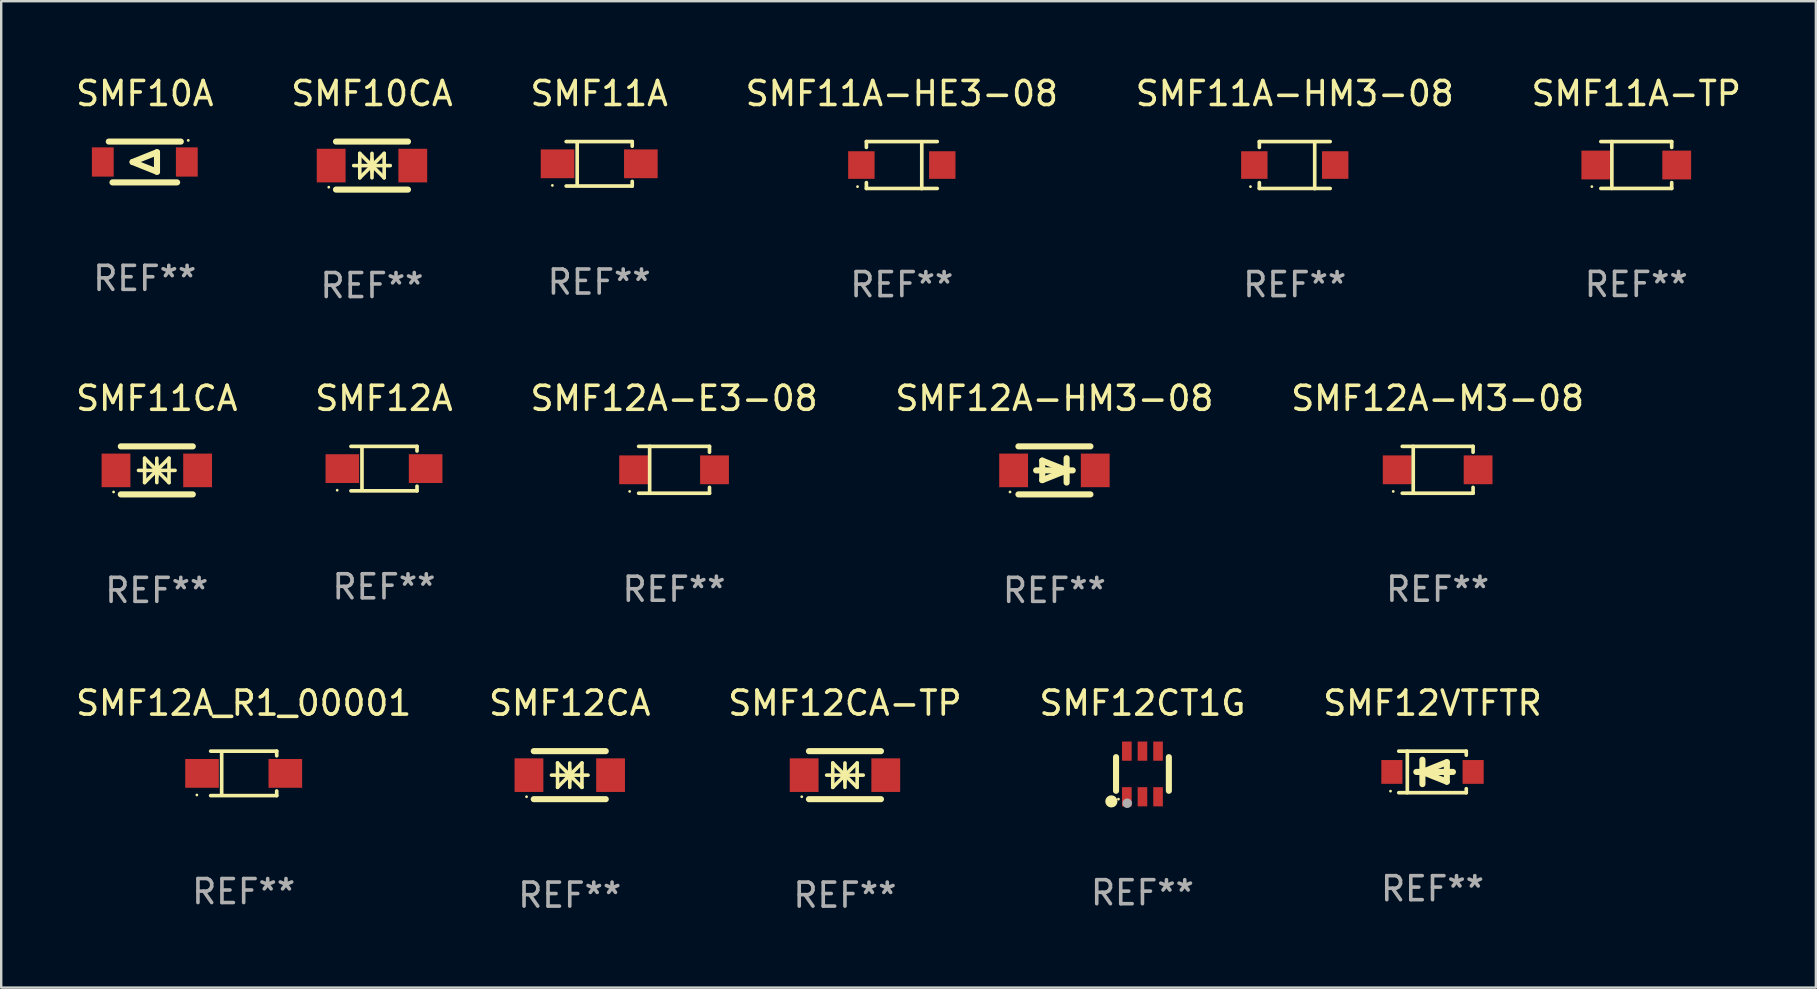
<source format=kicad_pcb>
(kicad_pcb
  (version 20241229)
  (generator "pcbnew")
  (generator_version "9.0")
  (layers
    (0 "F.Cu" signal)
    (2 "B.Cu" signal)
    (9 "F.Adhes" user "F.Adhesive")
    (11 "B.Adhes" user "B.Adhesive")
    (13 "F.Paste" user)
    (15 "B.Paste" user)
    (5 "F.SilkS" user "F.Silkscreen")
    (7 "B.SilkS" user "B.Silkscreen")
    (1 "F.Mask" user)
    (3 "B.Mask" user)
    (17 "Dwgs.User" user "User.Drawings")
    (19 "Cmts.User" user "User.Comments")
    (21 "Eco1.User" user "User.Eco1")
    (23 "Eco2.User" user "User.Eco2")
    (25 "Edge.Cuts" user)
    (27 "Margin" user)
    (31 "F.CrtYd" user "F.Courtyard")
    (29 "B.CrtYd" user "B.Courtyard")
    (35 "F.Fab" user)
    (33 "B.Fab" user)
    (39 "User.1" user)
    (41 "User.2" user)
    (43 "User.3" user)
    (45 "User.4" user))
  (footprint "SMF12VTFTR"
    (layer "F.Cu")
    (at 56.625 29.107)
    (property "Reference" "SMF12VTFTR" (at 0 -2.866 0) (layer "F.SilkS") (effects (font (size 1 1) (thickness 0.15))))
    (attr through_hole)
    (fp_line (start -1.406 -0.866) (end 1.406 -0.866) (stroke (width 0.152) (type solid)) (layer "F.SilkS"))
    (fp_line (start -1.406 0.866) (end 1.406 0.866) (stroke (width 0.152) (type solid)) (layer "F.SilkS"))
    (fp_line (start -1.049 -0.866) (end -1.049 0.866) (stroke (width 0.152) (type solid)) (layer "F.SilkS"))
    (fp_line (start -0.674 0) (end 0.85 0) (stroke (width 0.254) (type solid)) (layer "F.SilkS"))
    (fp_line (start -0.42 -0.508) (end -0.42 0.508) (stroke (width 0.254) (type solid)) (layer "F.SilkS"))
    (fp_line (start -0.42 0) (end 0.596 -0.406) (stroke (width 0.254) (type solid)) (layer "F.SilkS"))
    (fp_line (start 0.596 -0.406) (end 0.596 0.406) (stroke (width 0.254) (type solid)) (layer "F.SilkS"))
    (fp_line (start 0.596 0.406) (end -0.42 0) (stroke (width 0.254) (type solid)) (layer "F.SilkS"))
    (fp_line (start 1.406 -0.866) (end 1.406 -0.698) (stroke (width 0.152) (type solid)) (layer "F.SilkS"))
    (fp_line (start 1.406 0.866) (end 1.406 0.698) (stroke (width 0.152) (type solid)) (layer "F.SilkS"))
    (fp_circle (center -1.75 0.8) (end -1.72 0.8) (stroke (width 0.06) (type solid)) (fill no) (layer "F.SilkS"))
    (fp_text user "REF**" (at 0 4.866 0) (layer "F.Fab") (effects (font (size 1 1) (thickness 0.15))))
    (pad "1" smd rect (at -1.692 0) (size 0.88 0.99) (layers "F.Cu" "F.Mask" "F.Paste"))
    (pad "2" smd rect (at 1.692 0) (size 0.88 0.99) (layers "F.Cu" "F.Mask" "F.Paste")))
  (footprint "SMF12CA-TP"
    (layer "F.Cu")
    (at 32.149 29.241)
    (property "Reference" "SMF12CA-TP" (at 0 -3 0) (layer "F.SilkS") (effects (font (size 1 1) (thickness 0.15))))
    (attr through_hole)
    (fp_line (start -1.5 -1) (end 1.5 -1) (stroke (width 0.254) (type solid)) (layer "F.SilkS"))
    (fp_line (start -1.5 1) (end 1.5 1) (stroke (width 0.254) (type solid)) (layer "F.SilkS"))
    (fp_line (start -0.762 0) (end 0.762 0) (stroke (width 0.15) (type solid)) (layer "F.SilkS"))
    (fp_line (start -0.508 -0.508) (end -0.508 0.508) (stroke (width 0.15) (type solid)) (layer "F.SilkS"))
    (fp_line (start 0 -0.508) (end 0 0.508) (stroke (width 0.15) (type solid)) (layer "F.SilkS"))
    (fp_line (start 0 0) (end -0.508 -0.508) (stroke (width 0.15) (type solid)) (layer "F.SilkS"))
    (fp_line (start 0 0) (end -0.508 0.508) (stroke (width 0.15) (type solid)) (layer "F.SilkS"))
    (fp_line (start 0 0) (end 0.508 -0.508) (stroke (width 0.15) (type solid)) (layer "F.SilkS"))
    (fp_line (start 0 0) (end 0.508 0.508) (stroke (width 0.15) (type solid)) (layer "F.SilkS"))
    (fp_line (start 0 0.254) (end 0 -0.254) (stroke (width 0.15) (type solid)) (layer "F.SilkS"))
    (fp_line (start 0.508 0.508) (end 0.508 -0.508) (stroke (width 0.15) (type solid)) (layer "F.SilkS"))
    (fp_circle (center -1.8 0.9) (end -1.77 0.9) (stroke (width 0.06) (type solid)) (fill no) (layer "F.SilkS"))
    (fp_text user "REF**" (at 0 5 0) (layer "F.Fab") (effects (font (size 1 1) (thickness 0.15))))
    (pad "1" smd rect (at -1.7 0) (size 1.2 1.4) (layers "F.Cu" "F.Mask" "F.Paste"))
    (pad "2" smd rect (at 1.7 0) (size 1.2 1.4) (layers "F.Cu" "F.Mask" "F.Paste")))
  (footprint "SMF11A"
    (layer "F.Cu")
    (at 21.911 3.774)
    (property "Reference" "SMF11A" (at 0 -2.926 0) (layer "F.SilkS") (effects (font (size 1 1) (thickness 0.15))))
    (attr through_hole)
    (fp_line (start -1.376 -0.926) (end 1.376 -0.926) (stroke (width 0.152) (type solid)) (layer "F.SilkS"))
    (fp_line (start -1.376 0.926) (end 1.376 0.926) (stroke (width 0.152) (type solid)) (layer "F.SilkS"))
    (fp_line (start -0.917 -0.876) (end -0.917 0.876) (stroke (width 0.152) (type solid)) (layer "F.SilkS"))
    (fp_line (start 1.376 -0.926) (end 1.376 -0.733) (stroke (width 0.152) (type solid)) (layer "F.SilkS"))
    (fp_line (start 1.376 0.926) (end 1.376 0.733) (stroke (width 0.152) (type solid)) (layer "F.SilkS"))
    (fp_circle (center -1.95 0.9) (end -1.92 0.9) (stroke (width 0.06) (type solid)) (fill no) (layer "F.SilkS"))
    (fp_text user "REF**" (at 0 4.926 0) (layer "F.Fab") (effects (font (size 1 1) (thickness 0.15))))
    (pad "1" smd rect (at -1.735 0) (size 1.4 1.2) (layers "F.Cu" "F.Mask" "F.Paste"))
    (pad "2" smd rect (at 1.735 0) (size 1.4 1.2) (layers "F.Cu" "F.Mask" "F.Paste")))
  (footprint "SMF12CT1G"
    (layer "F.Cu")
    (at 44.542 29.191)
    (property "Reference" "SMF12CT1G" (at 0 -2.95 0) (layer "F.SilkS") (effects (font (size 1 1) (thickness 0.15))))
    (attr through_hole)
    (fp_line (start -1.1 -0.7) (end -1.1 0.7) (stroke (width 0.254) (type solid)) (layer "F.SilkS"))
    (fp_line (start 1.1 -0.7) (end 1.1 0.7) (stroke (width 0.254) (type solid)) (layer "F.SilkS"))
    (fp_circle (center -1.295 1.143) (end -1.168 1.143) (stroke (width 0.254) (type solid)) (fill no) (layer "F.SilkS"))
    (fp_circle (center -1 1.05) (end -0.97 1.05) (stroke (width 0.06) (type solid)) (fill no) (layer "F.SilkS"))
    (fp_circle (center -0.635 1.219) (end -0.535 1.219) (stroke (width 0.2) (type solid)) (fill no) (layer "F.Fab"))
    (fp_text user "REF**" (at 0 4.95 0) (layer "F.Fab") (effects (font (size 1 1) (thickness 0.15))))
    (pad "1" smd rect (at -0.65 0.95) (size 0.4 0.8) (layers "F.Cu" "F.Mask" "F.Paste"))
    (pad "2" smd rect (at 0 0.95) (size 0.4 0.8) (layers "F.Cu" "F.Mask" "F.Paste"))
    (pad "3" smd rect (at 0.65 0.95) (size 0.4 0.8) (layers "F.Cu" "F.Mask" "F.Paste"))
    (pad "4" smd rect (at 0.65 -0.95) (size 0.4 0.8) (layers "F.Cu" "F.Mask" "F.Paste"))
    (pad "5" smd rect (at 0 -0.95) (size 0.4 0.8) (layers "F.Cu" "F.Mask" "F.Paste"))
    (pad "6" smd rect (at -0.65 -0.95) (size 0.4 0.8) (layers "F.Cu" "F.Mask" "F.Paste")))
  (footprint "SMF12A-HM3-08"
    (layer "F.Cu")
    (at 40.875 16.545)
    (property "Reference" "SMF12A-HM3-08" (at 0 -3 0) (layer "F.SilkS") (effects (font (size 1 1) (thickness 0.15))))
    (attr through_hole)
    (fp_line (start -1.5 -1) (end 1.5 -1) (stroke (width 0.254) (type solid)) (layer "F.SilkS"))
    (fp_line (start -1.5 1) (end 1.5 1) (stroke (width 0.254) (type solid)) (layer "F.SilkS"))
    (fp_line (start -0.508 -0.406) (end 0.508 0) (stroke (width 0.254) (type solid)) (layer "F.SilkS"))
    (fp_line (start -0.508 0.406) (end -0.508 -0.406) (stroke (width 0.254) (type solid)) (layer "F.SilkS"))
    (fp_line (start 0.508 0) (end -0.508 0.406) (stroke (width 0.254) (type solid)) (layer "F.SilkS"))
    (fp_line (start 0.508 0.508) (end 0.508 -0.508) (stroke (width 0.254) (type solid)) (layer "F.SilkS"))
    (fp_line (start 0.762 0) (end -0.762 0) (stroke (width 0.254) (type solid)) (layer "F.SilkS"))
    (fp_circle (center -1.85 0.9) (end -1.82 0.9) (stroke (width 0.06) (type solid)) (fill no) (layer "F.SilkS"))
    (fp_text user "REF**" (at 0 5 0) (layer "F.Fab") (effects (font (size 1 1) (thickness 0.15))))
    (pad "1" smd rect (at -1.7 0) (size 1.2 1.4) (layers "F.Cu" "F.Mask" "F.Paste"))
    (pad "2" smd rect (at 1.7 0) (size 1.2 1.4) (layers "F.Cu" "F.Mask" "F.Paste")))
  (footprint "SMF10CA"
    (layer "F.Cu")
    (at 12.446 3.848)
    (property "Reference" "SMF10CA" (at 0 -3 0) (layer "F.SilkS") (effects (font (size 1 1) (thickness 0.15))))
    (attr through_hole)
    (fp_line (start -1.5 -1) (end 1.5 -1) (stroke (width 0.254) (type solid)) (layer "F.SilkS"))
    (fp_line (start -1.5 1) (end 1.5 1) (stroke (width 0.254) (type solid)) (layer "F.SilkS"))
    (fp_line (start -0.762 0) (end 0.762 0) (stroke (width 0.15) (type solid)) (layer "F.SilkS"))
    (fp_line (start -0.508 -0.508) (end -0.508 0.508) (stroke (width 0.15) (type solid)) (layer "F.SilkS"))
    (fp_line (start 0 -0.508) (end 0 0.508) (stroke (width 0.15) (type solid)) (layer "F.SilkS"))
    (fp_line (start 0 0) (end -0.508 -0.508) (stroke (width 0.15) (type solid)) (layer "F.SilkS"))
    (fp_line (start 0 0) (end -0.508 0.508) (stroke (width 0.15) (type solid)) (layer "F.SilkS"))
    (fp_line (start 0 0) (end 0.508 -0.508) (stroke (width 0.15) (type solid)) (layer "F.SilkS"))
    (fp_line (start 0 0) (end 0.508 0.508) (stroke (width 0.15) (type solid)) (layer "F.SilkS"))
    (fp_line (start 0 0.254) (end 0 -0.254) (stroke (width 0.15) (type solid)) (layer "F.SilkS"))
    (fp_line (start 0.508 0.508) (end 0.508 -0.508) (stroke (width 0.15) (type solid)) (layer "F.SilkS"))
    (fp_circle (center -1.8 0.9) (end -1.77 0.9) (stroke (width 0.06) (type solid)) (fill no) (layer "F.SilkS"))
    (fp_text user "REF**" (at 0 5 0) (layer "F.Fab") (effects (font (size 1 1) (thickness 0.15))))
    (pad "1" smd rect (at -1.7 0) (size 1.2 1.4) (layers "F.Cu" "F.Mask" "F.Paste"))
    (pad "2" smd rect (at 1.7 0) (size 1.2 1.4) (layers "F.Cu" "F.Mask" "F.Paste")))
  (footprint "SMF12A_R1_00001"
    (layer "F.Cu")
    (at 7.101 29.167)
    (property "Reference" "SMF12A_R1_00001" (at 0 -2.926 0) (layer "F.SilkS") (effects (font (size 1 1) (thickness 0.15))))
    (attr through_hole)
    (fp_line (start -1.376 -0.926) (end 1.376 -0.926) (stroke (width 0.152) (type solid)) (layer "F.SilkS"))
    (fp_line (start -1.376 0.926) (end 1.376 0.926) (stroke (width 0.152) (type solid)) (layer "F.SilkS"))
    (fp_line (start -0.917 -0.876) (end -0.917 0.876) (stroke (width 0.152) (type solid)) (layer "F.SilkS"))
    (fp_line (start 1.376 -0.926) (end 1.376 -0.733) (stroke (width 0.152) (type solid)) (layer "F.SilkS"))
    (fp_line (start 1.376 0.926) (end 1.376 0.733) (stroke (width 0.152) (type solid)) (layer "F.SilkS"))
    (fp_circle (center -1.95 0.9) (end -1.92 0.9) (stroke (width 0.06) (type solid)) (fill no) (layer "F.SilkS"))
    (fp_text user "REF**" (at 0 4.926 0) (layer "F.Fab") (effects (font (size 1 1) (thickness 0.15))))
    (pad "1" smd rect (at -1.735 0) (size 1.4 1.2) (layers "F.Cu" "F.Mask" "F.Paste"))
    (pad "2" smd rect (at 1.735 0) (size 1.4 1.2) (layers "F.Cu" "F.Mask" "F.Paste")))
  (footprint "SMF12CA"
    (layer "F.Cu")
    (at 20.685 29.241)
    (property "Reference" "SMF12CA" (at 0 -3 0) (layer "F.SilkS") (effects (font (size 1 1) (thickness 0.15))))
    (attr through_hole)
    (fp_line (start -1.5 -1) (end 1.5 -1) (stroke (width 0.254) (type solid)) (layer "F.SilkS"))
    (fp_line (start -1.5 1) (end 1.5 1) (stroke (width 0.254) (type solid)) (layer "F.SilkS"))
    (fp_line (start -0.762 0) (end 0.762 0) (stroke (width 0.15) (type solid)) (layer "F.SilkS"))
    (fp_line (start -0.508 -0.508) (end -0.508 0.508) (stroke (width 0.15) (type solid)) (layer "F.SilkS"))
    (fp_line (start 0 -0.508) (end 0 0.508) (stroke (width 0.15) (type solid)) (layer "F.SilkS"))
    (fp_line (start 0 0) (end -0.508 -0.508) (stroke (width 0.15) (type solid)) (layer "F.SilkS"))
    (fp_line (start 0 0) (end -0.508 0.508) (stroke (width 0.15) (type solid)) (layer "F.SilkS"))
    (fp_line (start 0 0) (end 0.508 -0.508) (stroke (width 0.15) (type solid)) (layer "F.SilkS"))
    (fp_line (start 0 0) (end 0.508 0.508) (stroke (width 0.15) (type solid)) (layer "F.SilkS"))
    (fp_line (start 0 0.254) (end 0 -0.254) (stroke (width 0.15) (type solid)) (layer "F.SilkS"))
    (fp_line (start 0.508 0.508) (end 0.508 -0.508) (stroke (width 0.15) (type solid)) (layer "F.SilkS"))
    (fp_circle (center -1.8 0.9) (end -1.77 0.9) (stroke (width 0.06) (type solid)) (fill no) (layer "F.SilkS"))
    (fp_text user "REF**" (at 0 5 0) (layer "F.Fab") (effects (font (size 1 1) (thickness 0.15))))
    (pad "1" smd rect (at -1.7 0) (size 1.2 1.4) (layers "F.Cu" "F.Mask" "F.Paste"))
    (pad "2" smd rect (at 1.7 0) (size 1.2 1.4) (layers "F.Cu" "F.Mask" "F.Paste")))
  (footprint "SMF12A-E3-08"
    (layer "F.Cu")
    (at 25.03 16.521)
    (property "Reference" "SMF12A-E3-08" (at 0 -2.976 0) (layer "F.SilkS") (effects (font (size 1 1) (thickness 0.15))))
    (attr through_hole)
    (fp_line (start -1.476 -0.976) (end 1.476 -0.976) (stroke (width 0.152) (type solid)) (layer "F.SilkS"))
    (fp_line (start -1.476 0.976) (end 1.476 0.976) (stroke (width 0.152) (type solid)) (layer "F.SilkS"))
    (fp_line (start -1.017 -0.976) (end -1.017 0.976) (stroke (width 0.152) (type solid)) (layer "F.SilkS"))
    (fp_line (start 1.476 -0.976) (end 1.476 -0.733) (stroke (width 0.152) (type solid)) (layer "F.SilkS"))
    (fp_line (start 1.476 0.976) (end 1.476 0.733) (stroke (width 0.152) (type solid)) (layer "F.SilkS"))
    (fp_circle (center -1.85 0.9) (end -1.82 0.9) (stroke (width 0.06) (type solid)) (fill no) (layer "F.SilkS"))
    (fp_text user "REF**" (at 0 4.976 0) (layer "F.Fab") (effects (font (size 1 1) (thickness 0.15))))
    (pad "1" smd rect (at -1.685 0) (size 1.2 1.2) (layers "F.Cu" "F.Mask" "F.Paste"))
    (pad "2" smd rect (at 1.685 0) (size 1.2 1.2) (layers "F.Cu" "F.Mask" "F.Paste")))
  (footprint "SMF12A"
    (layer "F.Cu")
    (at 12.946 16.471)
    (property "Reference" "SMF12A" (at 0 -2.926 0) (layer "F.SilkS") (effects (font (size 1 1) (thickness 0.15))))
    (attr through_hole)
    (fp_line (start -1.376 -0.926) (end 1.376 -0.926) (stroke (width 0.152) (type solid)) (layer "F.SilkS"))
    (fp_line (start -1.376 0.926) (end 1.376 0.926) (stroke (width 0.152) (type solid)) (layer "F.SilkS"))
    (fp_line (start -0.917 -0.876) (end -0.917 0.876) (stroke (width 0.152) (type solid)) (layer "F.SilkS"))
    (fp_line (start 1.376 -0.926) (end 1.376 -0.733) (stroke (width 0.152) (type solid)) (layer "F.SilkS"))
    (fp_line (start 1.376 0.926) (end 1.376 0.733) (stroke (width 0.152) (type solid)) (layer "F.SilkS"))
    (fp_circle (center -1.95 0.9) (end -1.92 0.9) (stroke (width 0.06) (type solid)) (fill no) (layer "F.SilkS"))
    (fp_text user "REF**" (at 0 4.926 0) (layer "F.Fab") (effects (font (size 1 1) (thickness 0.15))))
    (pad "1" smd rect (at -1.735 0) (size 1.4 1.2) (layers "F.Cu" "F.Mask" "F.Paste"))
    (pad "2" smd rect (at 1.735 0) (size 1.4 1.2) (layers "F.Cu" "F.Mask" "F.Paste")))
  (footprint "SMF10A"
    (layer "F.Cu")
    (at 2.982 3.698)
    (property "Reference" "SMF10A" (at 0 -2.85 0) (layer "F.SilkS") (effects (font (size 1 1) (thickness 0.15))))
    (attr through_hole)
    (fp_line (start -1.5 -0.85) (end 1.5 -0.85) (stroke (width 0.254) (type solid)) (layer "F.SilkS"))
    (fp_line (start -0.508 0) (end 0.508 -0.406) (stroke (width 0.254) (type solid)) (layer "F.SilkS"))
    (fp_line (start 0.508 -0.406) (end 0.508 0.406) (stroke (width 0.254) (type solid)) (layer "F.SilkS"))
    (fp_line (start 0.508 0.406) (end -0.508 0) (stroke (width 0.254) (type solid)) (layer "F.SilkS"))
    (fp_line (start 1.346 0.85) (end -1.346 0.85) (stroke (width 0.254) (type solid)) (layer "F.SilkS"))
    (fp_circle (center 1.81 -0.9) (end 1.84 -0.9) (stroke (width 0.06) (type solid)) (fill no) (layer "F.SilkS"))
    (fp_text user "REF**" (at 0 4.85 0) (layer "F.Fab") (effects (font (size 1 1) (thickness 0.15))))
    (pad "1" smd rect (at 1.75 0) (size 0.909 1.219) (layers "F.Cu" "F.Mask" "F.Paste"))
    (pad "2" smd rect (at -1.75 0) (size 0.909 1.219) (layers "F.Cu" "F.Mask" "F.Paste")))
  (footprint "SMF11CA"
    (layer "F.Cu")
    (at 3.482 16.545)
    (property "Reference" "SMF11CA" (at 0 -3 0) (layer "F.SilkS") (effects (font (size 1 1) (thickness 0.15))))
    (attr through_hole)
    (fp_line (start -1.5 -1) (end 1.5 -1) (stroke (width 0.254) (type solid)) (layer "F.SilkS"))
    (fp_line (start -1.5 1) (end 1.5 1) (stroke (width 0.254) (type solid)) (layer "F.SilkS"))
    (fp_line (start -0.762 0) (end 0.762 0) (stroke (width 0.15) (type solid)) (layer "F.SilkS"))
    (fp_line (start -0.508 -0.508) (end -0.508 0.508) (stroke (width 0.15) (type solid)) (layer "F.SilkS"))
    (fp_line (start 0 -0.508) (end 0 0.508) (stroke (width 0.15) (type solid)) (layer "F.SilkS"))
    (fp_line (start 0 0) (end -0.508 -0.508) (stroke (width 0.15) (type solid)) (layer "F.SilkS"))
    (fp_line (start 0 0) (end -0.508 0.508) (stroke (width 0.15) (type solid)) (layer "F.SilkS"))
    (fp_line (start 0 0) (end 0.508 -0.508) (stroke (width 0.15) (type solid)) (layer "F.SilkS"))
    (fp_line (start 0 0) (end 0.508 0.508) (stroke (width 0.15) (type solid)) (layer "F.SilkS"))
    (fp_line (start 0 0.254) (end 0 -0.254) (stroke (width 0.15) (type solid)) (layer "F.SilkS"))
    (fp_line (start 0.508 0.508) (end 0.508 -0.508) (stroke (width 0.15) (type solid)) (layer "F.SilkS"))
    (fp_circle (center -1.8 0.9) (end -1.77 0.9) (stroke (width 0.06) (type solid)) (fill no) (layer "F.SilkS"))
    (fp_text user "REF**" (at 0 5 0) (layer "F.Fab") (effects (font (size 1 1) (thickness 0.15))))
    (pad "1" smd rect (at -1.7 0) (size 1.2 1.4) (layers "F.Cu" "F.Mask" "F.Paste"))
    (pad "2" smd rect (at 1.7 0) (size 1.2 1.4) (layers "F.Cu" "F.Mask" "F.Paste")))
  (footprint "SMF11A-HM3-08"
    (layer "F.Cu")
    (at 50.887 3.828)
    (property "Reference" "SMF11A-HM3-08" (at 0 -2.98 0) (layer "F.SilkS") (effects (font (size 1 1) (thickness 0.15))))
    (attr through_hole)
    (fp_line (start -1.476 -0.98) (end -1.476 -0.737) (stroke (width 0.152) (type solid)) (layer "F.SilkS"))
    (fp_line (start -1.476 0.973) (end -1.476 0.73) (stroke (width 0.152) (type solid)) (layer "F.SilkS"))
    (fp_line (start 0.831 0.98) (end 0.831 -0.973) (stroke (width 0.152) (type solid)) (layer "F.SilkS"))
    (fp_line (start 1.476 -0.98) (end -1.476 -0.98) (stroke (width 0.152) (type solid)) (layer "F.SilkS"))
    (fp_line (start 1.476 0.973) (end -1.476 0.973) (stroke (width 0.152) (type solid)) (layer "F.SilkS"))
    (fp_circle (center -1.845 0.897) (end -1.815 0.897) (stroke (width 0.06) (type solid)) (fill no) (layer "F.SilkS"))
    (fp_text user "REF**" (at 0 4.98 0) (layer "F.Fab") (effects (font (size 1 1) (thickness 0.15))))
    (pad "1" smd rect (at -1.685 -0.003) (size 1.1 1.15) (layers "F.Cu" "F.Mask" "F.Paste"))
    (pad "2" smd rect (at 1.685 -0.003) (size 1.1 1.15) (layers "F.Cu" "F.Mask" "F.Paste")))
  (footprint "SMF11A-TP"
    (layer "F.Cu")
    (at 65.113 3.824)
    (property "Reference" "SMF11A-TP" (at 0 -2.976 0) (layer "F.SilkS") (effects (font (size 1 1) (thickness 0.15))))
    (attr through_hole)
    (fp_line (start -1.476 -0.976) (end 1.476 -0.976) (stroke (width 0.152) (type solid)) (layer "F.SilkS"))
    (fp_line (start -1.476 0.976) (end 1.476 0.976) (stroke (width 0.152) (type solid)) (layer "F.SilkS"))
    (fp_line (start -1.017 -0.976) (end -1.017 0.976) (stroke (width 0.152) (type solid)) (layer "F.SilkS"))
    (fp_line (start 1.476 -0.976) (end 1.476 -0.733) (stroke (width 0.152) (type solid)) (layer "F.SilkS"))
    (fp_line (start 1.476 0.976) (end 1.476 0.733) (stroke (width 0.152) (type solid)) (layer "F.SilkS"))
    (fp_circle (center -1.85 0.9) (end -1.82 0.9) (stroke (width 0.06) (type solid)) (fill no) (layer "F.SilkS"))
    (fp_text user "REF**" (at 0 4.976 0) (layer "F.Fab") (effects (font (size 1 1) (thickness 0.15))))
    (pad "1" smd rect (at -1.685 0) (size 1.2 1.2) (layers "F.Cu" "F.Mask" "F.Paste"))
    (pad "2" smd rect (at 1.685 0) (size 1.2 1.2) (layers "F.Cu" "F.Mask" "F.Paste")))
  (footprint "SMF12A-M3-08"
    (layer "F.Cu")
    (at 56.839 16.521)
    (property "Reference" "SMF12A-M3-08" (at 0 -2.976 0) (layer "F.SilkS") (effects (font (size 1 1) (thickness 0.15))))
    (attr through_hole)
    (fp_line (start -1.476 -0.976) (end 1.476 -0.976) (stroke (width 0.152) (type solid)) (layer "F.SilkS"))
    (fp_line (start -1.476 0.976) (end 1.476 0.976) (stroke (width 0.152) (type solid)) (layer "F.SilkS"))
    (fp_line (start -1.017 -0.976) (end -1.017 0.976) (stroke (width 0.152) (type solid)) (layer "F.SilkS"))
    (fp_line (start 1.476 -0.976) (end 1.476 -0.733) (stroke (width 0.152) (type solid)) (layer "F.SilkS"))
    (fp_line (start 1.476 0.976) (end 1.476 0.733) (stroke (width 0.152) (type solid)) (layer "F.SilkS"))
    (fp_circle (center -1.85 0.9) (end -1.82 0.9) (stroke (width 0.06) (type solid)) (fill no) (layer "F.SilkS"))
    (fp_text user "REF**" (at 0 4.976 0) (layer "F.Fab") (effects (font (size 1 1) (thickness 0.15))))
    (pad "1" smd rect (at -1.685 0) (size 1.2 1.2) (layers "F.Cu" "F.Mask" "F.Paste"))
    (pad "2" smd rect (at 1.685 0) (size 1.2 1.2) (layers "F.Cu" "F.Mask" "F.Paste")))
  (footprint "SMF11A-HE3-08"
    (layer "F.Cu")
    (at 34.518 3.828)
    (property "Reference" "SMF11A-HE3-08" (at 0 -2.98 0) (layer "F.SilkS") (effects (font (size 1 1) (thickness 0.15))))
    (attr through_hole)
    (fp_line (start -1.476 -0.98) (end -1.476 -0.737) (stroke (width 0.152) (type solid)) (layer "F.SilkS"))
    (fp_line (start -1.476 0.973) (end -1.476 0.73) (stroke (width 0.152) (type solid)) (layer "F.SilkS"))
    (fp_line (start 0.831 0.98) (end 0.831 -0.973) (stroke (width 0.152) (type solid)) (layer "F.SilkS"))
    (fp_line (start 1.476 -0.98) (end -1.476 -0.98) (stroke (width 0.152) (type solid)) (layer "F.SilkS"))
    (fp_line (start 1.476 0.973) (end -1.476 0.973) (stroke (width 0.152) (type solid)) (layer "F.SilkS"))
    (fp_circle (center -1.845 0.897) (end -1.815 0.897) (stroke (width 0.06) (type solid)) (fill no) (layer "F.SilkS"))
    (fp_text user "REF**" (at 0 4.98 0) (layer "F.Fab") (effects (font (size 1 1) (thickness 0.15))))
    (pad "1" smd rect (at -1.685 -0.003) (size 1.1 1.15) (layers "F.Cu" "F.Mask" "F.Paste"))
    (pad "2" smd rect (at 1.685 -0.003) (size 1.1 1.15) (layers "F.Cu" "F.Mask" "F.Paste")))
  (gr_rect
    (start -3 -3)
    (end 72.595 38.09)
    (stroke (width 0.1) (type default))
    (fill no)
    (layer "Edge.Cuts")))
</source>
